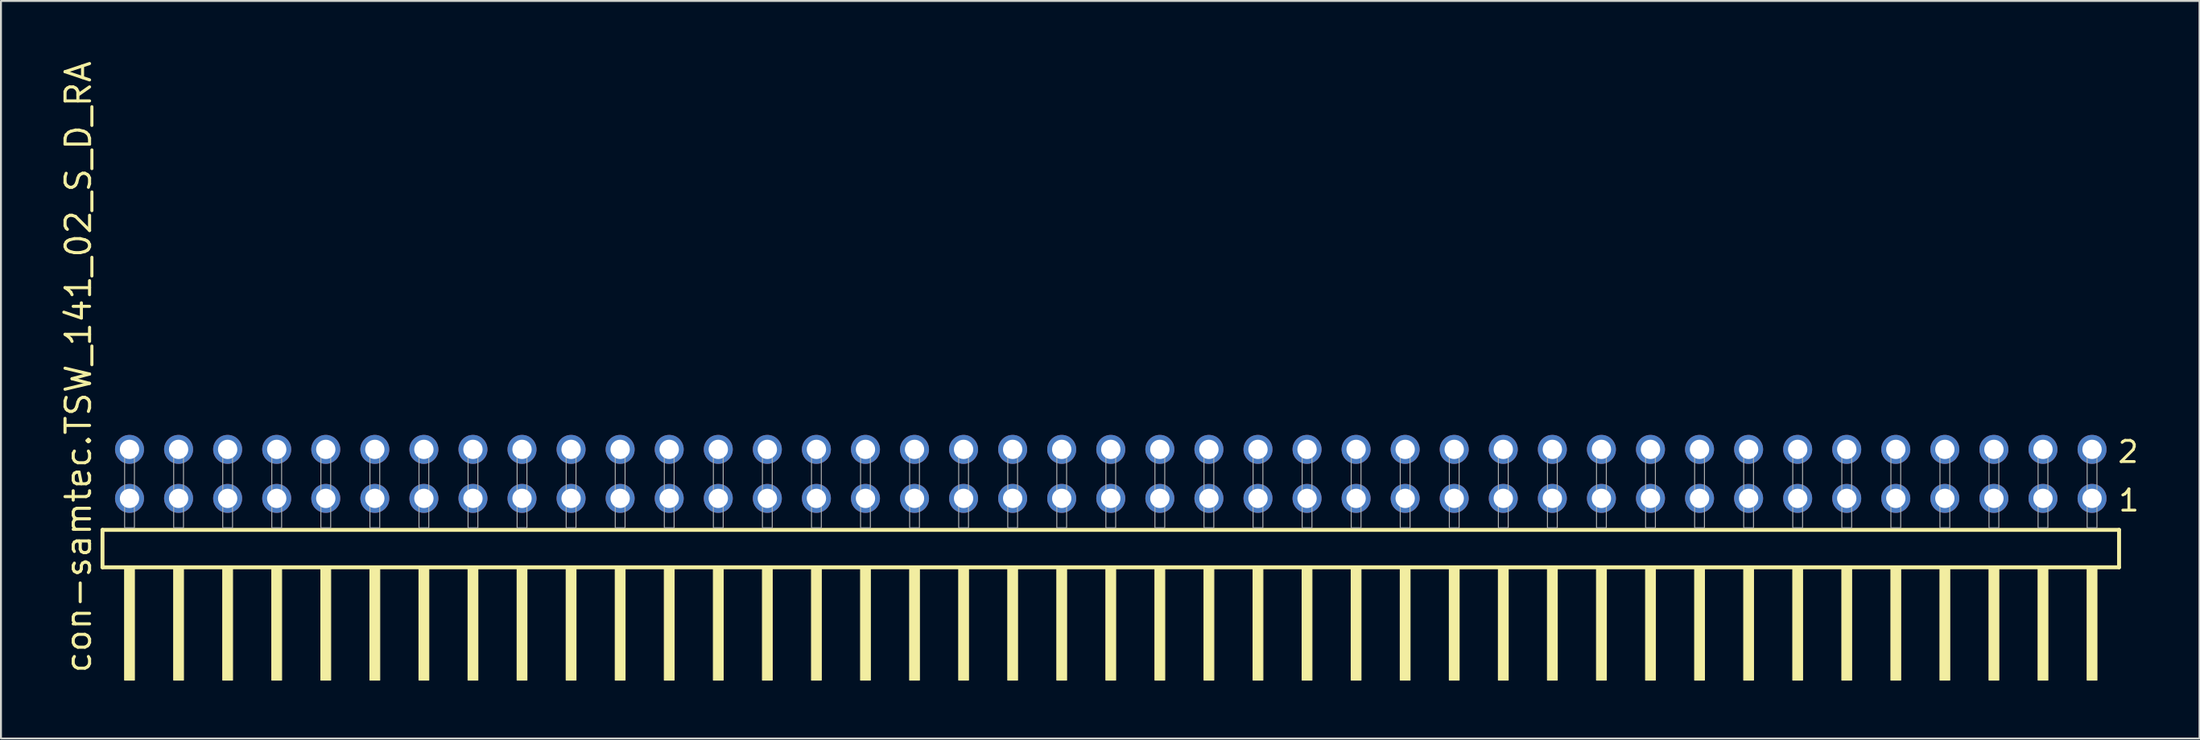
<source format=kicad_pcb>
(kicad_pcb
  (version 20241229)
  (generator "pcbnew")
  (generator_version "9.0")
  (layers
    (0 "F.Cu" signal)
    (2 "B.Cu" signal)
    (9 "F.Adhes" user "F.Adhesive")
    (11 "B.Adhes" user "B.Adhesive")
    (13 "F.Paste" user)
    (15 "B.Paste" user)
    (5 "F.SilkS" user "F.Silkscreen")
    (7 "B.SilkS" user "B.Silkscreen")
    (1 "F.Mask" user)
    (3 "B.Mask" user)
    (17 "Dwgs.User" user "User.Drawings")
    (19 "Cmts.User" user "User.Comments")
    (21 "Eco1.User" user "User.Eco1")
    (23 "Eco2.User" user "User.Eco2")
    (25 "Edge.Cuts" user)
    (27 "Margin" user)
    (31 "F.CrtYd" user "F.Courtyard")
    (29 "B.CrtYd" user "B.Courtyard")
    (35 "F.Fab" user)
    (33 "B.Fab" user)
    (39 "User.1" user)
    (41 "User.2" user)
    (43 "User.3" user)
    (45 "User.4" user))
  (footprint "con-samtec.TSW_141_02_S_D_RA"
    (layer "F.Cu")
    (at 54.455 24.296)
    (property "Reference" "con-samtec.TSW_141_02_S_D_RA" (at -52.705 7.62 90) (layer "F.SilkS") (effects (font (size 1.27 1.27) (thickness 0.16)) (justify left bottom)))
    (attr through_hole)
    (fp_line (start -52.199 0.106) (end -52.199 2.046) (stroke (width 0.203) (type default)) (layer "F.SilkS"))
    (fp_line (start -52.199 2.046) (end 52.199 2.046) (stroke (width 0.203) (type default)) (layer "F.SilkS"))
    (fp_line (start 52.199 0.106) (end -52.199 0.106) (stroke (width 0.203) (type default)) (layer "F.SilkS"))
    (fp_line (start 52.199 2.046) (end 52.199 0.106) (stroke (width 0.203) (type default)) (layer "F.SilkS"))
    (fp_rect (start -51.054 7.89) (end -50.546 2.04) (stroke (width 0.05) (type default)) (fill yes) (layer "F.SilkS"))
    (fp_rect (start -48.514 7.89) (end -48.006 2.04) (stroke (width 0.05) (type default)) (fill yes) (layer "F.SilkS"))
    (fp_rect (start -45.974 7.89) (end -45.466 2.04) (stroke (width 0.05) (type default)) (fill yes) (layer "F.SilkS"))
    (fp_rect (start -43.434 7.89) (end -42.926 2.04) (stroke (width 0.05) (type default)) (fill yes) (layer "F.SilkS"))
    (fp_rect (start -40.894 7.89) (end -40.386 2.04) (stroke (width 0.05) (type default)) (fill yes) (layer "F.SilkS"))
    (fp_rect (start -38.354 7.89) (end -37.846 2.04) (stroke (width 0.05) (type default)) (fill yes) (layer "F.SilkS"))
    (fp_rect (start -35.814 7.89) (end -35.306 2.04) (stroke (width 0.05) (type default)) (fill yes) (layer "F.SilkS"))
    (fp_rect (start -33.274 7.89) (end -32.766 2.04) (stroke (width 0.05) (type default)) (fill yes) (layer "F.SilkS"))
    (fp_rect (start -30.734 7.89) (end -30.226 2.04) (stroke (width 0.05) (type default)) (fill yes) (layer "F.SilkS"))
    (fp_rect (start -28.194 7.89) (end -27.686 2.04) (stroke (width 0.05) (type default)) (fill yes) (layer "F.SilkS"))
    (fp_rect (start -25.654 7.89) (end -25.146 2.04) (stroke (width 0.05) (type default)) (fill yes) (layer "F.SilkS"))
    (fp_rect (start -23.114 7.89) (end -22.606 2.04) (stroke (width 0.05) (type default)) (fill yes) (layer "F.SilkS"))
    (fp_rect (start -20.574 7.89) (end -20.066 2.04) (stroke (width 0.05) (type default)) (fill yes) (layer "F.SilkS"))
    (fp_rect (start -18.034 7.89) (end -17.526 2.04) (stroke (width 0.05) (type default)) (fill yes) (layer "F.SilkS"))
    (fp_rect (start -15.494 7.89) (end -14.986 2.04) (stroke (width 0.05) (type default)) (fill yes) (layer "F.SilkS"))
    (fp_rect (start -12.954 7.89) (end -12.446 2.04) (stroke (width 0.05) (type default)) (fill yes) (layer "F.SilkS"))
    (fp_rect (start -10.414 7.89) (end -9.906 2.04) (stroke (width 0.05) (type default)) (fill yes) (layer "F.SilkS"))
    (fp_rect (start -7.874 7.89) (end -7.366 2.04) (stroke (width 0.05) (type default)) (fill yes) (layer "F.SilkS"))
    (fp_rect (start -5.334 7.89) (end -4.826 2.04) (stroke (width 0.05) (type default)) (fill yes) (layer "F.SilkS"))
    (fp_rect (start -2.794 7.89) (end -2.286 2.04) (stroke (width 0.05) (type default)) (fill yes) (layer "F.SilkS"))
    (fp_rect (start -0.254 7.89) (end 0.254 2.04) (stroke (width 0.05) (type default)) (fill yes) (layer "F.SilkS"))
    (fp_rect (start 2.286 7.89) (end 2.794 2.04) (stroke (width 0.05) (type default)) (fill yes) (layer "F.SilkS"))
    (fp_rect (start 4.826 7.89) (end 5.334 2.04) (stroke (width 0.05) (type default)) (fill yes) (layer "F.SilkS"))
    (fp_rect (start 7.366 7.89) (end 7.874 2.04) (stroke (width 0.05) (type default)) (fill yes) (layer "F.SilkS"))
    (fp_rect (start 9.906 7.89) (end 10.414 2.04) (stroke (width 0.05) (type default)) (fill yes) (layer "F.SilkS"))
    (fp_rect (start 12.446 7.89) (end 12.954 2.04) (stroke (width 0.05) (type default)) (fill yes) (layer "F.SilkS"))
    (fp_rect (start 14.986 7.89) (end 15.494 2.04) (stroke (width 0.05) (type default)) (fill yes) (layer "F.SilkS"))
    (fp_rect (start 17.526 7.89) (end 18.034 2.04) (stroke (width 0.05) (type default)) (fill yes) (layer "F.SilkS"))
    (fp_rect (start 20.066 7.89) (end 20.574 2.04) (stroke (width 0.05) (type default)) (fill yes) (layer "F.SilkS"))
    (fp_rect (start 22.606 7.89) (end 23.114 2.04) (stroke (width 0.05) (type default)) (fill yes) (layer "F.SilkS"))
    (fp_rect (start 25.146 7.89) (end 25.654 2.04) (stroke (width 0.05) (type default)) (fill yes) (layer "F.SilkS"))
    (fp_rect (start 27.686 7.89) (end 28.194 2.04) (stroke (width 0.05) (type default)) (fill yes) (layer "F.SilkS"))
    (fp_rect (start 30.226 7.89) (end 30.734 2.04) (stroke (width 0.05) (type default)) (fill yes) (layer "F.SilkS"))
    (fp_rect (start 32.766 7.89) (end 33.274 2.04) (stroke (width 0.05) (type default)) (fill yes) (layer "F.SilkS"))
    (fp_rect (start 35.306 7.89) (end 35.814 2.04) (stroke (width 0.05) (type default)) (fill yes) (layer "F.SilkS"))
    (fp_rect (start 37.846 7.89) (end 38.354 2.04) (stroke (width 0.05) (type default)) (fill yes) (layer "F.SilkS"))
    (fp_rect (start 40.386 7.89) (end 40.894 2.04) (stroke (width 0.05) (type default)) (fill yes) (layer "F.SilkS"))
    (fp_rect (start 42.926 7.89) (end 43.434 2.04) (stroke (width 0.05) (type default)) (fill yes) (layer "F.SilkS"))
    (fp_rect (start 45.466 7.89) (end 45.974 2.04) (stroke (width 0.05) (type default)) (fill yes) (layer "F.SilkS"))
    (fp_rect (start 48.006 7.89) (end 48.514 2.04) (stroke (width 0.05) (type default)) (fill yes) (layer "F.SilkS"))
    (fp_rect (start 50.546 7.89) (end 51.054 2.04) (stroke (width 0.05) (type default)) (fill yes) (layer "F.SilkS"))
    (fp_rect (start -51.054 0) (end -50.546 -4.318) (stroke (width 0.05) (type default)) (fill no) (layer "F.Fab"))
    (fp_rect (start -48.514 0) (end -48.006 -4.318) (stroke (width 0.05) (type default)) (fill no) (layer "F.Fab"))
    (fp_rect (start -45.974 0) (end -45.466 -4.318) (stroke (width 0.05) (type default)) (fill no) (layer "F.Fab"))
    (fp_rect (start -43.434 0) (end -42.926 -4.318) (stroke (width 0.05) (type default)) (fill no) (layer "F.Fab"))
    (fp_rect (start -40.894 0) (end -40.386 -4.318) (stroke (width 0.05) (type default)) (fill no) (layer "F.Fab"))
    (fp_rect (start -38.354 0) (end -37.846 -4.318) (stroke (width 0.05) (type default)) (fill no) (layer "F.Fab"))
    (fp_rect (start -35.814 0) (end -35.306 -4.318) (stroke (width 0.05) (type default)) (fill no) (layer "F.Fab"))
    (fp_rect (start -33.274 0) (end -32.766 -4.318) (stroke (width 0.05) (type default)) (fill no) (layer "F.Fab"))
    (fp_rect (start -30.734 0) (end -30.226 -4.318) (stroke (width 0.05) (type default)) (fill no) (layer "F.Fab"))
    (fp_rect (start -28.194 0) (end -27.686 -4.318) (stroke (width 0.05) (type default)) (fill no) (layer "F.Fab"))
    (fp_rect (start -25.654 0) (end -25.146 -4.318) (stroke (width 0.05) (type default)) (fill no) (layer "F.Fab"))
    (fp_rect (start -23.114 0) (end -22.606 -4.318) (stroke (width 0.05) (type default)) (fill no) (layer "F.Fab"))
    (fp_rect (start -20.574 0) (end -20.066 -4.318) (stroke (width 0.05) (type default)) (fill no) (layer "F.Fab"))
    (fp_rect (start -18.034 0) (end -17.526 -4.318) (stroke (width 0.05) (type default)) (fill no) (layer "F.Fab"))
    (fp_rect (start -15.494 0) (end -14.986 -4.318) (stroke (width 0.05) (type default)) (fill no) (layer "F.Fab"))
    (fp_rect (start -12.954 0) (end -12.446 -4.318) (stroke (width 0.05) (type default)) (fill no) (layer "F.Fab"))
    (fp_rect (start -10.414 0) (end -9.906 -4.318) (stroke (width 0.05) (type default)) (fill no) (layer "F.Fab"))
    (fp_rect (start -7.874 0) (end -7.366 -4.318) (stroke (width 0.05) (type default)) (fill no) (layer "F.Fab"))
    (fp_rect (start -5.334 0) (end -4.826 -4.318) (stroke (width 0.05) (type default)) (fill no) (layer "F.Fab"))
    (fp_rect (start -2.794 0) (end -2.286 -4.318) (stroke (width 0.05) (type default)) (fill no) (layer "F.Fab"))
    (fp_rect (start -0.254 0) (end 0.254 -4.318) (stroke (width 0.05) (type default)) (fill no) (layer "F.Fab"))
    (fp_rect (start 2.286 0) (end 2.794 -4.318) (stroke (width 0.05) (type default)) (fill no) (layer "F.Fab"))
    (fp_rect (start 4.826 0) (end 5.334 -4.318) (stroke (width 0.05) (type default)) (fill no) (layer "F.Fab"))
    (fp_rect (start 7.366 0) (end 7.874 -4.318) (stroke (width 0.05) (type default)) (fill no) (layer "F.Fab"))
    (fp_rect (start 9.906 0) (end 10.414 -4.318) (stroke (width 0.05) (type default)) (fill no) (layer "F.Fab"))
    (fp_rect (start 12.446 0) (end 12.954 -4.318) (stroke (width 0.05) (type default)) (fill no) (layer "F.Fab"))
    (fp_rect (start 14.986 0) (end 15.494 -4.318) (stroke (width 0.05) (type default)) (fill no) (layer "F.Fab"))
    (fp_rect (start 17.526 0) (end 18.034 -4.318) (stroke (width 0.05) (type default)) (fill no) (layer "F.Fab"))
    (fp_rect (start 20.066 0) (end 20.574 -4.318) (stroke (width 0.05) (type default)) (fill no) (layer "F.Fab"))
    (fp_rect (start 22.606 0) (end 23.114 -4.318) (stroke (width 0.05) (type default)) (fill no) (layer "F.Fab"))
    (fp_rect (start 25.146 0) (end 25.654 -4.318) (stroke (width 0.05) (type default)) (fill no) (layer "F.Fab"))
    (fp_rect (start 27.686 0) (end 28.194 -4.318) (stroke (width 0.05) (type default)) (fill no) (layer "F.Fab"))
    (fp_rect (start 30.226 0) (end 30.734 -4.318) (stroke (width 0.05) (type default)) (fill no) (layer "F.Fab"))
    (fp_rect (start 32.766 0) (end 33.274 -4.318) (stroke (width 0.05) (type default)) (fill no) (layer "F.Fab"))
    (fp_rect (start 35.306 0) (end 35.814 -4.318) (stroke (width 0.05) (type default)) (fill no) (layer "F.Fab"))
    (fp_rect (start 37.846 0) (end 38.354 -4.318) (stroke (width 0.05) (type default)) (fill no) (layer "F.Fab"))
    (fp_rect (start 40.386 0) (end 40.894 -4.318) (stroke (width 0.05) (type default)) (fill no) (layer "F.Fab"))
    (fp_rect (start 42.926 0) (end 43.434 -4.318) (stroke (width 0.05) (type default)) (fill no) (layer "F.Fab"))
    (fp_rect (start 45.466 0) (end 45.974 -4.318) (stroke (width 0.05) (type default)) (fill no) (layer "F.Fab"))
    (fp_rect (start 48.006 0) (end 48.514 -4.318) (stroke (width 0.05) (type default)) (fill no) (layer "F.Fab"))
    (fp_rect (start 50.546 0) (end 51.054 -4.318) (stroke (width 0.05) (type default)) (fill no) (layer "F.Fab"))
    (fp_text user "1" (at 52.085 -0.775 0) (layer "F.SilkS") (effects (font (size 1.1 1.1) (thickness 0.15)) (justify left bottom)))
    (fp_text user "2" (at 52.05 -3.29 0) (layer "F.SilkS") (effects (font (size 1.1 1.1) (thickness 0.15)) (justify left bottom)))
    (pad "1" thru_hole circle (at 50.8 -1.524 180) (size 1.5 1.5) (drill 1) (layers "*.Cu" "*.Mask"))
    (pad "2" thru_hole circle (at 50.8 -4.064 180) (size 1.5 1.5) (drill 1) (layers "*.Cu" "*.Mask"))
    (pad "3" thru_hole circle (at 48.26 -1.524 180) (size 1.5 1.5) (drill 1) (layers "*.Cu" "*.Mask"))
    (pad "4" thru_hole circle (at 48.26 -4.064 180) (size 1.5 1.5) (drill 1) (layers "*.Cu" "*.Mask"))
    (pad "5" thru_hole circle (at 45.72 -1.524 180) (size 1.5 1.5) (drill 1) (layers "*.Cu" "*.Mask"))
    (pad "6" thru_hole circle (at 45.72 -4.064 180) (size 1.5 1.5) (drill 1) (layers "*.Cu" "*.Mask"))
    (pad "7" thru_hole circle (at 43.18 -1.524 180) (size 1.5 1.5) (drill 1) (layers "*.Cu" "*.Mask"))
    (pad "8" thru_hole circle (at 43.18 -4.064 180) (size 1.5 1.5) (drill 1) (layers "*.Cu" "*.Mask"))
    (pad "9" thru_hole circle (at 40.64 -1.524 180) (size 1.5 1.5) (drill 1) (layers "*.Cu" "*.Mask"))
    (pad "10" thru_hole circle (at 40.64 -4.064 180) (size 1.5 1.5) (drill 1) (layers "*.Cu" "*.Mask"))
    (pad "11" thru_hole circle (at 38.1 -1.524 180) (size 1.5 1.5) (drill 1) (layers "*.Cu" "*.Mask"))
    (pad "12" thru_hole circle (at 38.1 -4.064 180) (size 1.5 1.5) (drill 1) (layers "*.Cu" "*.Mask"))
    (pad "13" thru_hole circle (at 35.56 -1.524 180) (size 1.5 1.5) (drill 1) (layers "*.Cu" "*.Mask"))
    (pad "14" thru_hole circle (at 35.56 -4.064 180) (size 1.5 1.5) (drill 1) (layers "*.Cu" "*.Mask"))
    (pad "15" thru_hole circle (at 33.02 -1.524 180) (size 1.5 1.5) (drill 1) (layers "*.Cu" "*.Mask"))
    (pad "16" thru_hole circle (at 33.02 -4.064 180) (size 1.5 1.5) (drill 1) (layers "*.Cu" "*.Mask"))
    (pad "17" thru_hole circle (at 30.48 -1.524 180) (size 1.5 1.5) (drill 1) (layers "*.Cu" "*.Mask"))
    (pad "18" thru_hole circle (at 30.48 -4.064 180) (size 1.5 1.5) (drill 1) (layers "*.Cu" "*.Mask"))
    (pad "19" thru_hole circle (at 27.94 -1.524 180) (size 1.5 1.5) (drill 1) (layers "*.Cu" "*.Mask"))
    (pad "20" thru_hole circle (at 27.94 -4.064 180) (size 1.5 1.5) (drill 1) (layers "*.Cu" "*.Mask"))
    (pad "21" thru_hole circle (at 25.4 -1.524 180) (size 1.5 1.5) (drill 1) (layers "*.Cu" "*.Mask"))
    (pad "22" thru_hole circle (at 25.4 -4.064 180) (size 1.5 1.5) (drill 1) (layers "*.Cu" "*.Mask"))
    (pad "23" thru_hole circle (at 22.86 -1.524 180) (size 1.5 1.5) (drill 1) (layers "*.Cu" "*.Mask"))
    (pad "24" thru_hole circle (at 22.86 -4.064 180) (size 1.5 1.5) (drill 1) (layers "*.Cu" "*.Mask"))
    (pad "25" thru_hole circle (at 20.32 -1.524 180) (size 1.5 1.5) (drill 1) (layers "*.Cu" "*.Mask"))
    (pad "26" thru_hole circle (at 20.32 -4.064 180) (size 1.5 1.5) (drill 1) (layers "*.Cu" "*.Mask"))
    (pad "27" thru_hole circle (at 17.78 -1.524 180) (size 1.5 1.5) (drill 1) (layers "*.Cu" "*.Mask"))
    (pad "28" thru_hole circle (at 17.78 -4.064 180) (size 1.5 1.5) (drill 1) (layers "*.Cu" "*.Mask"))
    (pad "29" thru_hole circle (at 15.24 -1.524 180) (size 1.5 1.5) (drill 1) (layers "*.Cu" "*.Mask"))
    (pad "30" thru_hole circle (at 15.24 -4.064 180) (size 1.5 1.5) (drill 1) (layers "*.Cu" "*.Mask"))
    (pad "31" thru_hole circle (at 12.7 -1.524 180) (size 1.5 1.5) (drill 1) (layers "*.Cu" "*.Mask"))
    (pad "32" thru_hole circle (at 12.7 -4.064 180) (size 1.5 1.5) (drill 1) (layers "*.Cu" "*.Mask"))
    (pad "33" thru_hole circle (at 10.16 -1.524 180) (size 1.5 1.5) (drill 1) (layers "*.Cu" "*.Mask"))
    (pad "34" thru_hole circle (at 10.16 -4.064 180) (size 1.5 1.5) (drill 1) (layers "*.Cu" "*.Mask"))
    (pad "35" thru_hole circle (at 7.62 -1.524 180) (size 1.5 1.5) (drill 1) (layers "*.Cu" "*.Mask"))
    (pad "36" thru_hole circle (at 7.62 -4.064 180) (size 1.5 1.5) (drill 1) (layers "*.Cu" "*.Mask"))
    (pad "37" thru_hole circle (at 5.08 -1.524 180) (size 1.5 1.5) (drill 1) (layers "*.Cu" "*.Mask"))
    (pad "38" thru_hole circle (at 5.08 -4.064 180) (size 1.5 1.5) (drill 1) (layers "*.Cu" "*.Mask"))
    (pad "39" thru_hole circle (at 2.54 -1.524 180) (size 1.5 1.5) (drill 1) (layers "*.Cu" "*.Mask"))
    (pad "40" thru_hole circle (at 2.54 -4.064 180) (size 1.5 1.5) (drill 1) (layers "*.Cu" "*.Mask"))
    (pad "41" thru_hole circle (at 0 -1.524 180) (size 1.5 1.5) (drill 1) (layers "*.Cu" "*.Mask"))
    (pad "42" thru_hole circle (at 0 -4.064 180) (size 1.5 1.5) (drill 1) (layers "*.Cu" "*.Mask"))
    (pad "43" thru_hole circle (at -2.54 -1.524 180) (size 1.5 1.5) (drill 1) (layers "*.Cu" "*.Mask"))
    (pad "44" thru_hole circle (at -2.54 -4.064 180) (size 1.5 1.5) (drill 1) (layers "*.Cu" "*.Mask"))
    (pad "45" thru_hole circle (at -5.08 -1.524 180) (size 1.5 1.5) (drill 1) (layers "*.Cu" "*.Mask"))
    (pad "46" thru_hole circle (at -5.08 -4.064 180) (size 1.5 1.5) (drill 1) (layers "*.Cu" "*.Mask"))
    (pad "47" thru_hole circle (at -7.62 -1.524 180) (size 1.5 1.5) (drill 1) (layers "*.Cu" "*.Mask"))
    (pad "48" thru_hole circle (at -7.62 -4.064 180) (size 1.5 1.5) (drill 1) (layers "*.Cu" "*.Mask"))
    (pad "49" thru_hole circle (at -10.16 -1.524 180) (size 1.5 1.5) (drill 1) (layers "*.Cu" "*.Mask"))
    (pad "50" thru_hole circle (at -10.16 -4.064 180) (size 1.5 1.5) (drill 1) (layers "*.Cu" "*.Mask"))
    (pad "51" thru_hole circle (at -12.7 -1.524 180) (size 1.5 1.5) (drill 1) (layers "*.Cu" "*.Mask"))
    (pad "52" thru_hole circle (at -12.7 -4.064 180) (size 1.5 1.5) (drill 1) (layers "*.Cu" "*.Mask"))
    (pad "53" thru_hole circle (at -15.24 -1.524 180) (size 1.5 1.5) (drill 1) (layers "*.Cu" "*.Mask"))
    (pad "54" thru_hole circle (at -15.24 -4.064 180) (size 1.5 1.5) (drill 1) (layers "*.Cu" "*.Mask"))
    (pad "55" thru_hole circle (at -17.78 -1.524 180) (size 1.5 1.5) (drill 1) (layers "*.Cu" "*.Mask"))
    (pad "56" thru_hole circle (at -17.78 -4.064 180) (size 1.5 1.5) (drill 1) (layers "*.Cu" "*.Mask"))
    (pad "57" thru_hole circle (at -20.32 -1.524 180) (size 1.5 1.5) (drill 1) (layers "*.Cu" "*.Mask"))
    (pad "58" thru_hole circle (at -20.32 -4.064 180) (size 1.5 1.5) (drill 1) (layers "*.Cu" "*.Mask"))
    (pad "59" thru_hole circle (at -22.86 -1.524 180) (size 1.5 1.5) (drill 1) (layers "*.Cu" "*.Mask"))
    (pad "60" thru_hole circle (at -22.86 -4.064 180) (size 1.5 1.5) (drill 1) (layers "*.Cu" "*.Mask"))
    (pad "61" thru_hole circle (at -25.4 -1.524 180) (size 1.5 1.5) (drill 1) (layers "*.Cu" "*.Mask"))
    (pad "62" thru_hole circle (at -25.4 -4.064 180) (size 1.5 1.5) (drill 1) (layers "*.Cu" "*.Mask"))
    (pad "63" thru_hole circle (at -27.94 -1.524 180) (size 1.5 1.5) (drill 1) (layers "*.Cu" "*.Mask"))
    (pad "64" thru_hole circle (at -27.94 -4.064 180) (size 1.5 1.5) (drill 1) (layers "*.Cu" "*.Mask"))
    (pad "65" thru_hole circle (at -30.48 -1.524 180) (size 1.5 1.5) (drill 1) (layers "*.Cu" "*.Mask"))
    (pad "66" thru_hole circle (at -30.48 -4.064 180) (size 1.5 1.5) (drill 1) (layers "*.Cu" "*.Mask"))
    (pad "67" thru_hole circle (at -33.02 -1.524 180) (size 1.5 1.5) (drill 1) (layers "*.Cu" "*.Mask"))
    (pad "68" thru_hole circle (at -33.02 -4.064 180) (size 1.5 1.5) (drill 1) (layers "*.Cu" "*.Mask"))
    (pad "69" thru_hole circle (at -35.56 -1.524 180) (size 1.5 1.5) (drill 1) (layers "*.Cu" "*.Mask"))
    (pad "70" thru_hole circle (at -35.56 -4.064 180) (size 1.5 1.5) (drill 1) (layers "*.Cu" "*.Mask"))
    (pad "71" thru_hole circle (at -38.1 -1.524 180) (size 1.5 1.5) (drill 1) (layers "*.Cu" "*.Mask"))
    (pad "72" thru_hole circle (at -38.1 -4.064 180) (size 1.5 1.5) (drill 1) (layers "*.Cu" "*.Mask"))
    (pad "73" thru_hole circle (at -40.64 -1.524 180) (size 1.5 1.5) (drill 1) (layers "*.Cu" "*.Mask"))
    (pad "74" thru_hole circle (at -40.64 -4.064 180) (size 1.5 1.5) (drill 1) (layers "*.Cu" "*.Mask"))
    (pad "75" thru_hole circle (at -43.18 -1.524 180) (size 1.5 1.5) (drill 1) (layers "*.Cu" "*.Mask"))
    (pad "76" thru_hole circle (at -43.18 -4.064 180) (size 1.5 1.5) (drill 1) (layers "*.Cu" "*.Mask"))
    (pad "77" thru_hole circle (at -45.72 -1.524 180) (size 1.5 1.5) (drill 1) (layers "*.Cu" "*.Mask"))
    (pad "78" thru_hole circle (at -45.72 -4.064 180) (size 1.5 1.5) (drill 1) (layers "*.Cu" "*.Mask"))
    (pad "79" thru_hole circle (at -48.26 -1.524 180) (size 1.5 1.5) (drill 1) (layers "*.Cu" "*.Mask"))
    (pad "80" thru_hole circle (at -48.26 -4.064 180) (size 1.5 1.5) (drill 1) (layers "*.Cu" "*.Mask"))
    (pad "81" thru_hole circle (at -50.8 -1.524 180) (size 1.5 1.5) (drill 1) (layers "*.Cu" "*.Mask"))
    (pad "82" thru_hole circle (at -50.8 -4.064 180) (size 1.5 1.5) (drill 1) (layers "*.Cu" "*.Mask")))
  (gr_rect
    (start -3 -3)
    (end 110.818 35.211)
    (stroke (width 0.1) (type default))
    (fill no)
    (layer "Edge.Cuts")))
</source>
